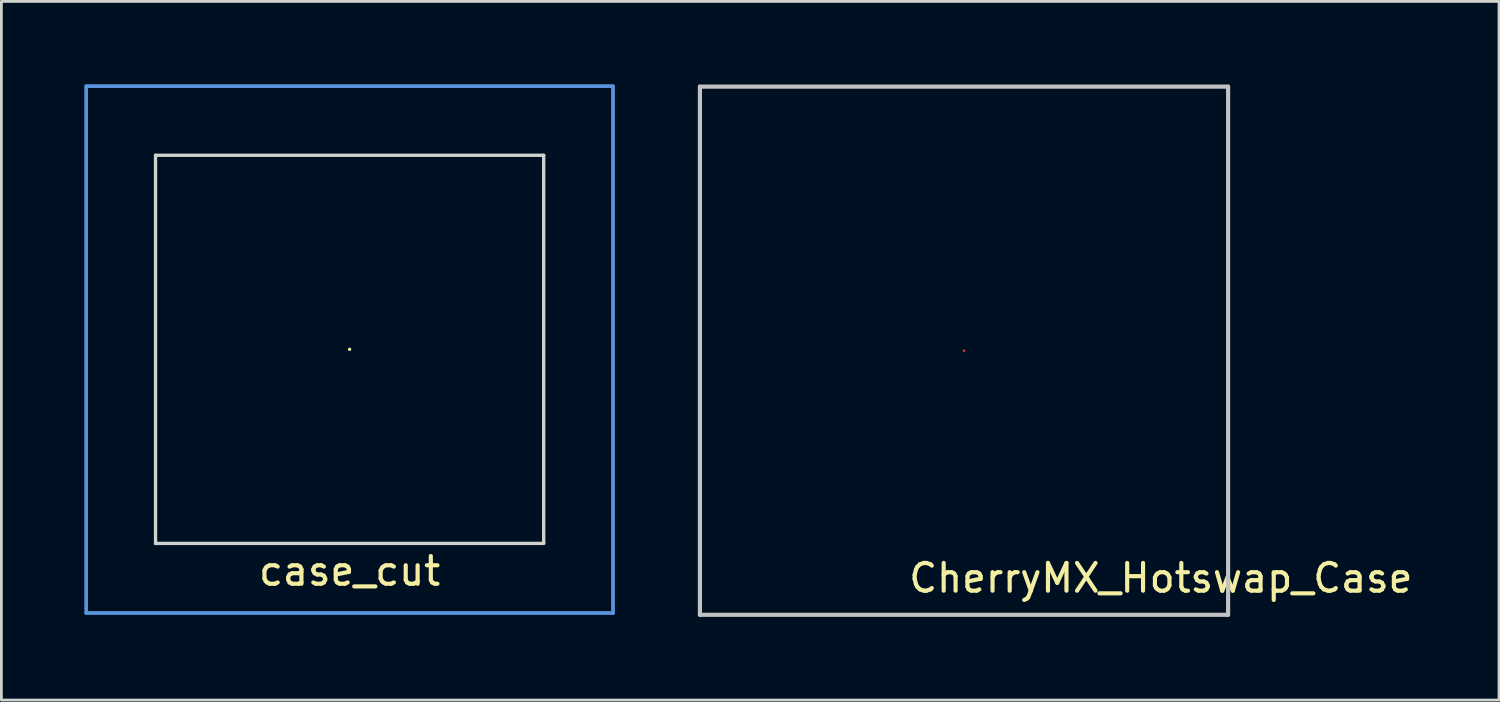
<source format=kicad_pcb>
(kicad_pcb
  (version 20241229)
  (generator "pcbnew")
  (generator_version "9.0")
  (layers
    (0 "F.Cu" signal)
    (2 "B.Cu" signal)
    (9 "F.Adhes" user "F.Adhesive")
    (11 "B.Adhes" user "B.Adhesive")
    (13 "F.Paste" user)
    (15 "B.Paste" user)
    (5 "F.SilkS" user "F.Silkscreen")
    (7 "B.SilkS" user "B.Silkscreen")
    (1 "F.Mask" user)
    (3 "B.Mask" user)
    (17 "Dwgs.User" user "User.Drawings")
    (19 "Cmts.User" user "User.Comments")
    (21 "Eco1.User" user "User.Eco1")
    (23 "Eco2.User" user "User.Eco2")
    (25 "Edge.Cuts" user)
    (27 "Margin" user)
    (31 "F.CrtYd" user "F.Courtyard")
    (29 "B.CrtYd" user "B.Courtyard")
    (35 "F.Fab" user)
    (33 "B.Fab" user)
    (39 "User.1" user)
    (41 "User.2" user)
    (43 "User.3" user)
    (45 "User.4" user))
  (footprint "CherryMX_Hotswap_Case"
    (layer "F.Cu")
    (at 31.72 9.6)
    (property "Reference" "CherryMX_Hotswap_Case" (at 7.1 8.2 0) (layer "F.SilkS") (effects (font (size 1 1) (thickness 0.15))))
    (attr through_hole)
    (fp_line (start -9.525 -9.525) (end 9.525 -9.525) (stroke (width 0.15) (type solid)) (layer "Dwgs.User"))
    (fp_line (start -9.525 9.525) (end -9.525 -9.525) (stroke (width 0.15) (type solid)) (layer "Dwgs.User"))
    (fp_line (start 9.525 -9.525) (end 9.525 9.525) (stroke (width 0.15) (type solid)) (layer "Dwgs.User"))
    (fp_line (start 9.525 9.525) (end -9.525 9.525) (stroke (width 0.15) (type solid)) (layer "Dwgs.User"))
    (fp_line (start -7 -7) (end -7 7) (stroke (width 0.12) (type solid)) (layer "Eco2.User"))
    (fp_line (start -7 7) (end 7 7) (stroke (width 0.12) (type solid)) (layer "Eco2.User"))
    (fp_line (start 7 -7) (end -7 -7) (stroke (width 0.12) (type solid)) (layer "Eco2.User"))
    (fp_line (start 7 0) (end 7 -7) (stroke (width 0.12) (type solid)) (layer "Eco2.User"))
    (fp_line (start 7 7) (end 7 0) (stroke (width 0.12) (type solid)) (layer "Eco2.User"))
    (pad "" connect circle (at 0 0 90) (size 0.1 0.1) (layers "F.Cu" "F.Mask")))
  (footprint "case_cut"
    (layer "F.Cu")
    (at 9.56 9.55)
    (property "Reference" "case_cut" (at 0 8 0) (layer "F.SilkS") (effects (font (size 1 1) (thickness 0.15))))
    (attr through_hole)
    (fp_line (start 0 0) (end 0 0) (stroke (width 0.12) (type solid)) (layer "F.SilkS"))
    (fp_line (start -9.5 -9.49) (end -9.5 9.51) (stroke (width 0.12) (type solid)) (layer "Cmts.User"))
    (fp_line (start -9.5 -9.49) (end 9.5 -9.49) (stroke (width 0.12) (type solid)) (layer "Cmts.User"))
    (fp_line (start -9.5 9.51) (end -9.5 -9.49) (stroke (width 0.12) (type solid)) (layer "Cmts.User"))
    (fp_line (start -9.5 9.51) (end 9.5 9.51) (stroke (width 0.12) (type solid)) (layer "Cmts.User"))
    (fp_line (start 9.5 -9.49) (end -9.5 -9.49) (stroke (width 0.12) (type solid)) (layer "Cmts.User"))
    (fp_line (start 9.5 -9.49) (end 9.5 9.51) (stroke (width 0.12) (type solid)) (layer "Cmts.User"))
    (fp_line (start 9.5 9.51) (end -9.5 9.51) (stroke (width 0.12) (type solid)) (layer "Cmts.User"))
    (fp_line (start 9.5 9.51) (end 9.5 -9.49) (stroke (width 0.12) (type solid)) (layer "Cmts.User"))
    (fp_line (start -7 -7) (end 7 -7) (stroke (width 0.12) (type solid)) (layer "Edge.Cuts"))
    (fp_line (start -7 7) (end -7 -7) (stroke (width 0.12) (type solid)) (layer "Edge.Cuts"))
    (fp_line (start 7 -7) (end 7 7) (stroke (width 0.12) (type solid)) (layer "Edge.Cuts"))
    (fp_line (start 7 7) (end -7 7) (stroke (width 0.12) (type solid)) (layer "Edge.Cuts")))
  (gr_rect
    (start -3 -3)
    (end 51.016 22.2)
    (stroke (width 0.1) (type default))
    (fill no)
    (layer "Edge.Cuts")))
</source>
